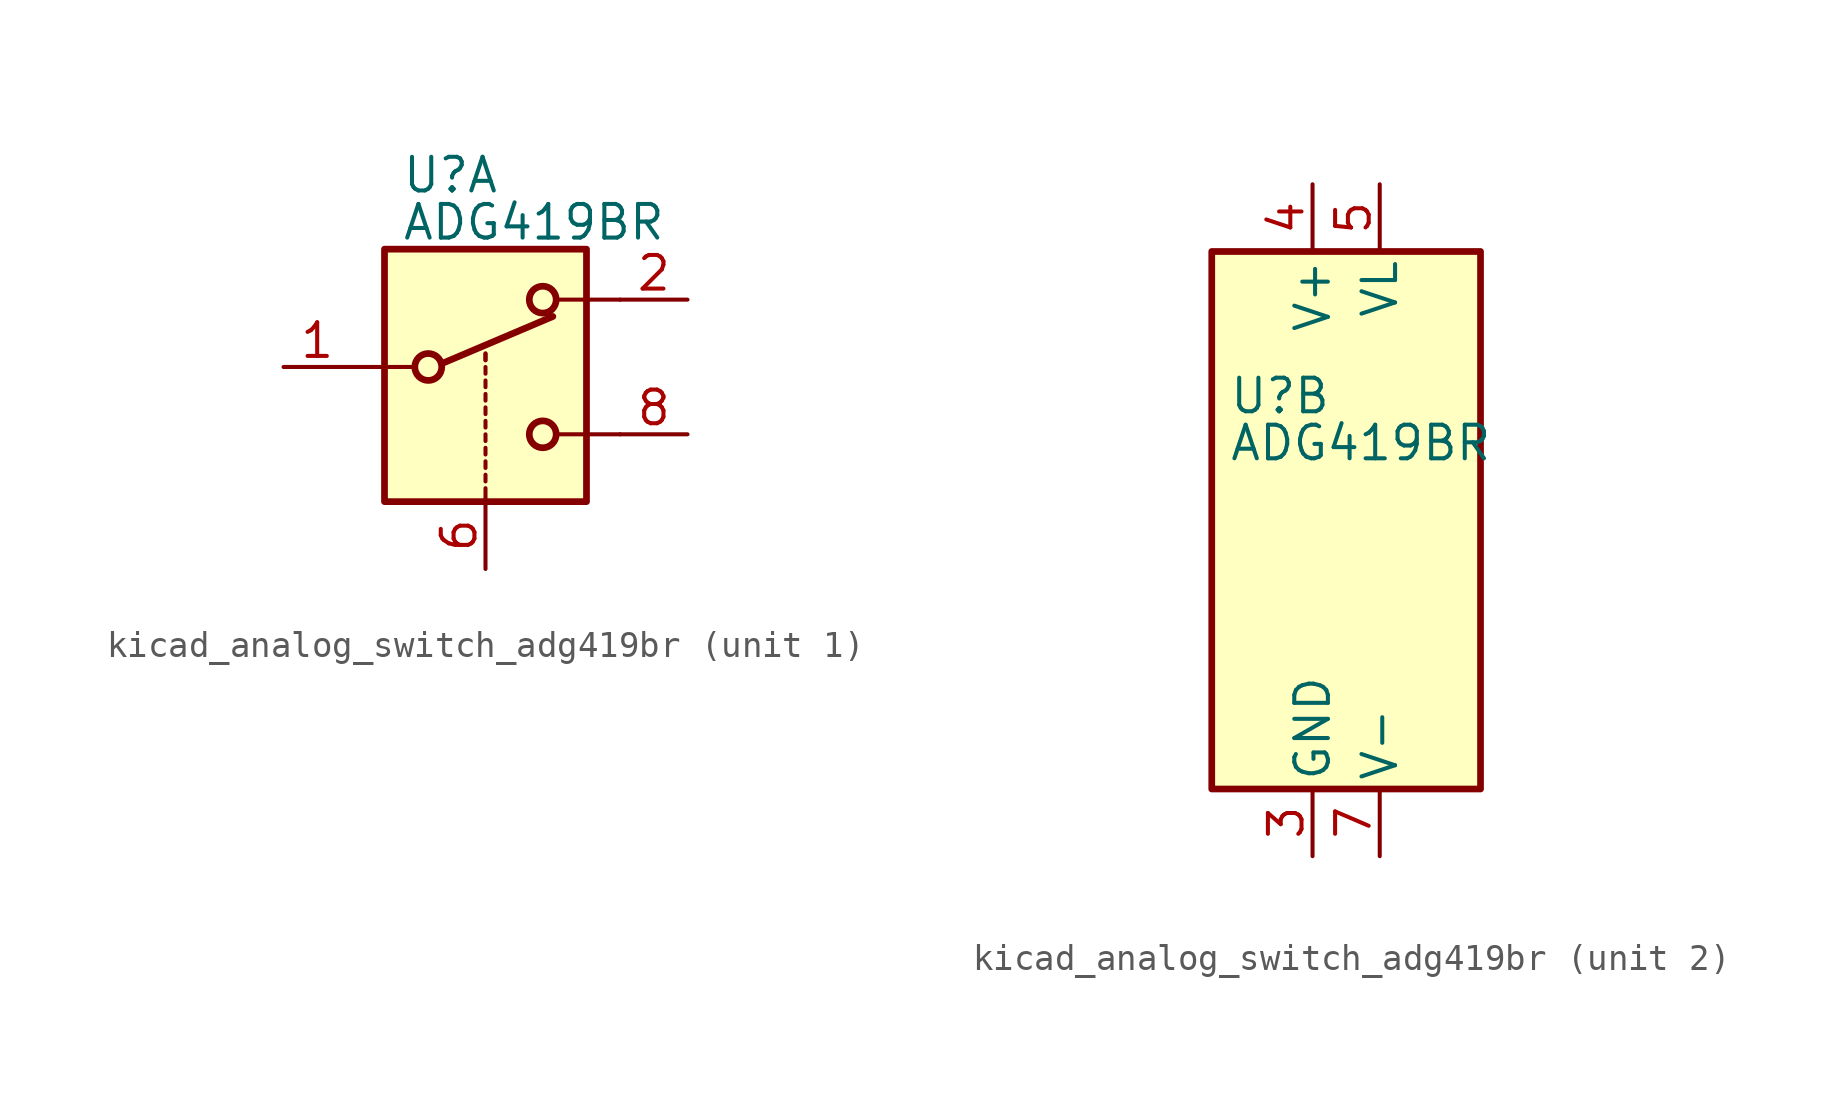
<source format=kicad_sym>
(kicad_symbol_lib
  (version 20220914)
  (generator kicad_symbol_editor)
  (symbol "kicad_analog_switch_adg419br"
    (pin_names
      (offset 0.254))
    (property "Reference" "U"
      (at -3.175 4.699 0)
      (effects (font (size 1.27 1.27)) (justify left)))
    (property "Value" "ADG419BR"
      (at -3.175 2.921 0)
      (effects (font (size 1.27 1.27)) (justify left)))
    (symbol "kicad_analog_switch_adg419br_1_1"
      (rectangle (start -3.81 1.905) (end 3.81 -7.62) (stroke (width 0.254) (type default)) (fill (type background)))
      (circle (center -2.159 -2.54) (radius 0.508) (stroke (width 0.254) (type default)) (fill (type none)))
      (polyline (pts (xy -5.08 -2.54) (xy -2.794 -2.54)) (stroke (width 0) (type default)) (fill (type none)))
      (polyline (pts (xy -1.651 -2.413) (xy 2.54 -0.635)) (stroke (width 0.254) (type default)) (fill (type none)))
      (polyline (pts (xy 0 -7.62) (xy 0 -7.112)) (stroke (width 0) (type default)) (fill (type none)))
      (polyline (pts (xy 0 -6.858) (xy 0 -6.604)) (stroke (width 0) (type default)) (fill (type none)))
      (polyline (pts (xy 0 -6.35) (xy 0 -6.096)) (stroke (width 0) (type default)) (fill (type none)))
      (polyline (pts (xy 0 -5.842) (xy 0 -5.588)) (stroke (width 0) (type default)) (fill (type none)))
      (polyline (pts (xy 0 -5.334) (xy 0 -5.08)) (stroke (width 0) (type default)) (fill (type none)))
      (polyline (pts (xy 0 -4.826) (xy 0 -4.572)) (stroke (width 0) (type default)) (fill (type none)))
      (polyline (pts (xy 0 -4.318) (xy 0 -4.064)) (stroke (width 0) (type default)) (fill (type none)))
      (polyline (pts (xy 0 -3.81) (xy 0 -3.556)) (stroke (width 0) (type default)) (fill (type none)))
      (polyline (pts (xy 0 -3.302) (xy 0 -3.048)) (stroke (width 0) (type default)) (fill (type none)))
      (polyline (pts (xy 0 -2.794) (xy 0 -2.54)) (stroke (width 0) (type default)) (fill (type none)))
      (polyline (pts (xy 0 -2.286) (xy 0 -2.032)) (stroke (width 0) (type default)) (fill (type none)))
      (polyline (pts (xy 0 -2.286) (xy 0 -2.032)) (stroke (width 0) (type default)) (fill (type none)))
      (polyline (pts (xy 5.08 -5.08) (xy 2.794 -5.08)) (stroke (width 0) (type default)) (fill (type none)))
      (polyline (pts (xy 5.08 0) (xy 2.794 0)) (stroke (width 0) (type default)) (fill (type none)))
      (circle (center 2.159 -5.08) (radius 0.508) (stroke (width 0.254) (type default)) (fill (type none)))
      (circle (center 2.159 0) (radius 0.508) (stroke (width 0.254) (type default)) (fill (type none)))
      (pin passive line (at -7.62 -2.54 0) (length 2.54) (name "~" (effects (font (size 1.27 1.27)))) (number "1" (effects (font (size 1.27 1.27)))))
      (pin passive line (at 7.62 0 180) (length 2.54) (name "~" (effects (font (size 1.27 1.27)))) (number "2" (effects (font (size 1.27 1.27)))))
      (pin input line (at 0 -10.16 90) (length 2.54) (name "~" (effects (font (size 1.27 1.27)))) (number "6" (effects (font (size 1.27 1.27)))))
      (pin passive line (at 7.62 -5.08 180) (length 2.54) (name "~" (effects (font (size 1.27 1.27)))) (number "8" (effects (font (size 1.27 1.27))))))
    (symbol "kicad_analog_switch_adg419br_2_0"
      (pin power_in line (at 0 -12.7 90) (length 2.54) (name "GND" (effects (font (size 1.27 1.27)))) (number "3" (effects (font (size 1.27 1.27)))))
      (pin power_in line (at 0 12.7 270) (length 2.54) (name "V+" (effects (font (size 1.27 1.27)))) (number "4" (effects (font (size 1.27 1.27)))))
      (pin power_in line (at 2.54 12.7 270) (length 2.54) (name "VL" (effects (font (size 1.27 1.27)))) (number "5" (effects (font (size 1.27 1.27)))))
      (pin power_in line (at 2.54 -12.7 90) (length 2.54) (name "V-" (effects (font (size 1.27 1.27)))) (number "7" (effects (font (size 1.27 1.27))))))
    (symbol "kicad_analog_switch_adg419br_2_1"
      (rectangle (start -3.81 10.16) (end 6.35 -10.16) (stroke (width 0.254) (type default)) (fill (type background))))))
</source>
